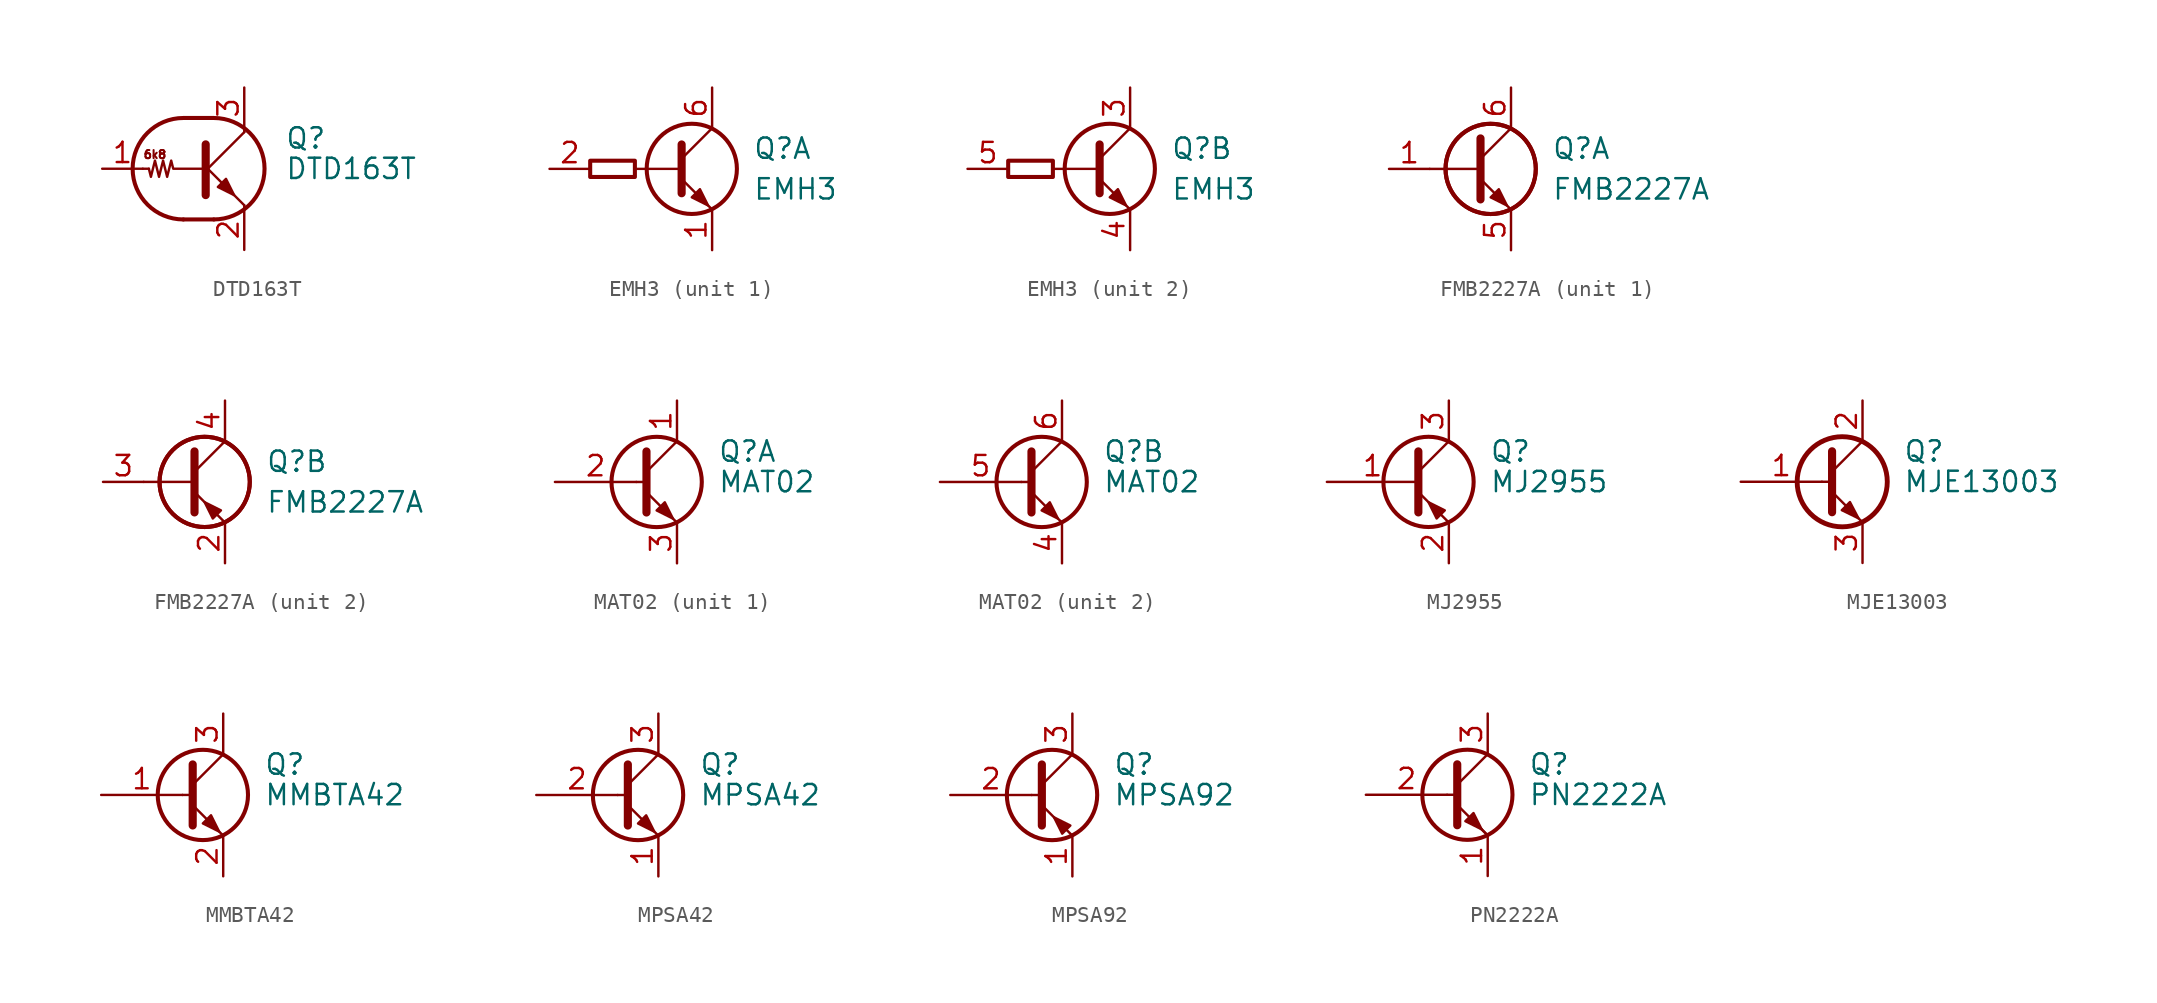
<source format=kicad_sym>
(kicad_symbol_lib
  (version 20211014)
  (generator kicad_symbol_editor)
  (symbol "DTD163T"
    (pin_names
      (offset 0) hide)
    (property "Reference" "Q"
      (at 5.08 1.905 0)
      (effects (font (size 1.27 1.27)) (justify left)))
    (property "Value" "DTD163T"
      (at 5.08 0 0)
      (effects (font (size 1.27 1.27)) (justify left)))
    (symbol "DTD163T_0_0"
      (polyline (pts (xy 2.54 -2.286) (xy 2.54 -2.54)) (stroke (width 0) (type default) (color 0 0 0 0)) (fill (type none)))
      (text "6k8" (at -3.048 0.889 0) (effects (font (size 0.508 0.508)))))
    (symbol "DTD163T_0_1"
      (arc (start -1.27 3.175) (mid -4.445 0) (end -1.27 -3.175) (stroke (width 0.254) (type default) (color 0 0 0 0)) (fill (type none)))
      (polyline (pts (xy -3.429 0) (xy -3.81 0)) (stroke (width 0) (type default) (color 0 0 0 0)) (fill (type none)))
      (polyline (pts (xy -1.27 -3.175) (xy 0.635 -3.175)) (stroke (width 0.254) (type default) (color 0 0 0 0)) (fill (type none)))
      (polyline (pts (xy -1.27 3.175) (xy 0.635 3.175)) (stroke (width 0.254) (type default) (color 0 0 0 0)) (fill (type none)))
      (polyline (pts (xy 0 -0.254) (xy 2.54 2.286)) (stroke (width 0) (type default) (color 0 0 0 0)) (fill (type none)))
      (polyline (pts (xy 0.127 1.524) (xy 0.127 -1.651)) (stroke (width 0.508) (type default) (color 0 0 0 0)) (fill (type outline)))
      (polyline (pts (xy 2.54 2.286) (xy 2.54 2.54)) (stroke (width 0) (type default) (color 0 0 0 0)) (fill (type none)))
      (polyline (pts (xy 2.54 -2.286) (xy 0 0.254) (xy 0 0.254)) (stroke (width 0) (type default) (color 0 0 0 0)) (fill (type none)))
      (polyline (pts (xy 0.889 -1.143) (xy 1.397 -0.635) (xy 1.905 -1.651) (xy 0.889 -1.143)) (stroke (width 0) (type default) (color 0 0 0 0)) (fill (type outline)))
      (polyline (pts (xy 0 0) (xy -1.905 0) (xy -2.032 0.508) (xy -2.286 -0.508) (xy -2.54 0.508) (xy -2.794 -0.508) (xy -3.048 0.508) (xy -3.302 -0.508) (xy -3.429 0)) (stroke (width 0) (type default) (color 0 0 0 0)) (fill (type none)))
      (arc (start 0.635 -3.175) (mid 3.81 0) (end 0.635 3.175) (stroke (width 0.254) (type default) (color 0 0 0 0)) (fill (type none))))
    (symbol "DTD163T_1_1"
      (pin input line (at -6.35 0 0) (length 2.54) (name "B" (effects (font (size 1.27 1.27)))) (number "1" (effects (font (size 1.27 1.27)))))
      (pin passive line (at 2.54 -5.08 90) (length 2.54) (name "E" (effects (font (size 1.27 1.27)))) (number "2" (effects (font (size 1.27 1.27)))))
      (pin passive line (at 2.54 5.08 270) (length 2.54) (name "C" (effects (font (size 1.27 1.27)))) (number "3" (effects (font (size 1.27 1.27)))))))
  (symbol "EMH3"
    (pin_names hide)
    (property "Reference" "Q"
      (at 7.62 1.27 0)
      (effects (font (size 1.27 1.27)) (justify left)))
    (property "Value" "EMH3"
      (at 7.62 -1.27 0)
      (effects (font (size 1.27 1.27)) (justify left)))
    (symbol "EMH3_0_1"
      (polyline (pts (xy 3.175 0) (xy 0.254 0)) (stroke (width 0) (type default) (color 0 0 0 0)) (fill (type none)))
      (polyline (pts (xy 3.175 0.635) (xy 5.08 2.54)) (stroke (width 0) (type default) (color 0 0 0 0)) (fill (type none)))
      (polyline (pts (xy 3.175 1.524) (xy 3.175 -1.524)) (stroke (width 0.508) (type default) (color 0 0 0 0)) (fill (type none)))
      (polyline (pts (xy 3.175 -0.635) (xy 5.08 -2.54) (xy 5.08 -2.54)) (stroke (width 0) (type default) (color 0 0 0 0)) (fill (type none)))
      (polyline (pts (xy 3.81 -1.778) (xy 4.318 -1.27) (xy 4.826 -2.286) (xy 3.81 -1.778) (xy 3.81 -1.778)) (stroke (width 0) (type default) (color 0 0 0 0)) (fill (type outline)))
      (rectangle (start 0.254 0.508) (end -2.54 -0.508) (stroke (width 0.254) (type default) (color 0 0 0 0)) (fill (type none)))
      (circle (center 3.81 0) (radius 2.819) (stroke (width 0.254) (type default) (color 0 0 0 0)) (fill (type none))))
    (symbol "EMH3_1_1"
      (pin passive line (at 5.08 -5.08 90) (length 2.54) (name "E1" (effects (font (size 1.27 1.27)))) (number "1" (effects (font (size 1.27 1.27)))))
      (pin input line (at -5.08 0 0) (length 2.54) (name "B1" (effects (font (size 1.27 1.27)))) (number "2" (effects (font (size 1.27 1.27)))))
      (pin passive line (at 5.08 5.08 270) (length 2.54) (name "C1" (effects (font (size 1.27 1.27)))) (number "6" (effects (font (size 1.27 1.27))))))
    (symbol "EMH3_2_1"
      (pin passive line (at 5.08 5.08 270) (length 2.54) (name "C2" (effects (font (size 1.27 1.27)))) (number "3" (effects (font (size 1.27 1.27)))))
      (pin passive line (at 5.08 -5.08 90) (length 2.54) (name "E2" (effects (font (size 1.27 1.27)))) (number "4" (effects (font (size 1.27 1.27)))))
      (pin input line (at -5.08 0 0) (length 2.54) (name "B2" (effects (font (size 1.27 1.27)))) (number "5" (effects (font (size 1.27 1.27)))))))
  (symbol "FMB2227A"
    (pin_names
      (offset 0) hide)
    (property "Reference" "Q"
      (at 5.08 1.27 0)
      (effects (font (size 1.27 1.27)) (justify left)))
    (property "Value" "FMB2227A"
      (at 5.08 -1.27 0)
      (effects (font (size 1.27 1.27)) (justify left)))
    (property "ki_locked" ""
      (at 0 0 0)
      (effects (font (size 1.27 1.27))))
    (symbol "FMB2227A_0_1"
      (polyline (pts (xy 0.635 0) (xy -2.54 0)) (stroke (width 0) (type default) (color 0 0 0 0)) (fill (type none)))
      (circle (center 1.27 0) (radius 2.819) (stroke (width 0.254) (type default) (color 0 0 0 0)) (fill (type none)))
      (circle (center 1.27 0) (radius 2.819) (stroke (width 0.254) (type default) (color 0 0 0 0)) (fill (type none))))
    (symbol "FMB2227A_1_1"
      (polyline (pts (xy 0.635 0.635) (xy 2.54 2.54)) (stroke (width 0) (type default) (color 0 0 0 0)) (fill (type none)))
      (polyline (pts (xy 0.635 -0.635) (xy 2.54 -2.54) (xy 2.54 -2.54)) (stroke (width 0) (type default) (color 0 0 0 0)) (fill (type none)))
      (polyline (pts (xy 0.635 1.905) (xy 0.635 -1.905) (xy 0.635 -1.905)) (stroke (width 0.508) (type default) (color 0 0 0 0)) (fill (type none)))
      (polyline (pts (xy 1.27 -1.778) (xy 1.778 -1.27) (xy 2.286 -2.286) (xy 1.27 -1.778) (xy 1.27 -1.778)) (stroke (width 0) (type default) (color 0 0 0 0)) (fill (type outline)))
      (pin input line (at -5.08 0 0) (length 2.54) (name "B1" (effects (font (size 1.27 1.27)))) (number "1" (effects (font (size 1.27 1.27)))))
      (pin passive line (at 2.54 -5.08 90) (length 2.54) (name "E1" (effects (font (size 1.27 1.27)))) (number "5" (effects (font (size 1.27 1.27)))))
      (pin passive line (at 2.54 5.08 270) (length 2.54) (name "C1" (effects (font (size 1.27 1.27)))) (number "6" (effects (font (size 1.27 1.27))))))
    (symbol "FMB2227A_2_1"
      (polyline (pts (xy 0.635 0.635) (xy 2.54 2.54)) (stroke (width 0) (type default) (color 0 0 0 0)) (fill (type none)))
      (polyline (pts (xy 0.635 -0.635) (xy 2.54 -2.54) (xy 2.54 -2.54)) (stroke (width 0) (type default) (color 0 0 0 0)) (fill (type none)))
      (polyline (pts (xy 0.635 1.905) (xy 0.635 -1.905) (xy 0.635 -1.905)) (stroke (width 0.508) (type default) (color 0 0 0 0)) (fill (type none)))
      (polyline (pts (xy 2.286 -1.778) (xy 1.778 -2.286) (xy 1.27 -1.27) (xy 2.286 -1.778) (xy 2.286 -1.778)) (stroke (width 0) (type default) (color 0 0 0 0)) (fill (type outline)))
      (pin passive line (at 2.54 -5.08 90) (length 2.54) (name "E2" (effects (font (size 1.27 1.27)))) (number "2" (effects (font (size 1.27 1.27)))))
      (pin input line (at -5.08 0 0) (length 2.54) (name "B2" (effects (font (size 1.27 1.27)))) (number "3" (effects (font (size 1.27 1.27)))))
      (pin passive line (at 2.54 5.08 270) (length 2.54) (name "C2" (effects (font (size 1.27 1.27)))) (number "4" (effects (font (size 1.27 1.27)))))))
  (symbol "MAT02"
    (pin_names
      (offset 0) hide)
    (property "Reference" "Q"
      (at 5.08 1.905 0)
      (effects (font (size 1.27 1.27)) (justify left)))
    (property "Value" "MAT02"
      (at 5.08 0 0)
      (effects (font (size 1.27 1.27)) (justify left)))
    (symbol "MAT02_0_1"
      (polyline (pts (xy 0 0) (xy 0.635 0)) (stroke (width 0) (type default) (color 0 0 0 0)) (fill (type none)))
      (polyline (pts (xy 0.635 0.635) (xy 2.54 2.54)) (stroke (width 0) (type default) (color 0 0 0 0)) (fill (type none)))
      (polyline (pts (xy 0.635 -0.635) (xy 2.54 -2.54) (xy 2.54 -2.54)) (stroke (width 0) (type default) (color 0 0 0 0)) (fill (type none)))
      (polyline (pts (xy 0.635 1.905) (xy 0.635 -1.905) (xy 0.635 -1.905)) (stroke (width 0.508) (type default) (color 0 0 0 0)) (fill (type none)))
      (polyline (pts (xy 1.27 -1.778) (xy 1.778 -1.27) (xy 2.286 -2.286) (xy 1.27 -1.778) (xy 1.27 -1.778)) (stroke (width 0) (type default) (color 0 0 0 0)) (fill (type outline)))
      (circle (center 1.27 0) (radius 2.819) (stroke (width 0.254) (type default) (color 0 0 0 0)) (fill (type none))))
    (symbol "MAT02_1_1"
      (pin passive line (at 2.54 5.08 270) (length 2.54) (name "C" (effects (font (size 1.27 1.27)))) (number "1" (effects (font (size 1.27 1.27)))))
      (pin input line (at -5.08 0 0) (length 5.08) (name "B" (effects (font (size 1.27 1.27)))) (number "2" (effects (font (size 1.27 1.27)))))
      (pin passive line (at 2.54 -5.08 90) (length 2.54) (name "E" (effects (font (size 1.27 1.27)))) (number "3" (effects (font (size 1.27 1.27))))))
    (symbol "MAT02_2_1"
      (pin passive line (at 2.54 -5.08 90) (length 2.54) (name "E" (effects (font (size 1.27 1.27)))) (number "4" (effects (font (size 1.27 1.27)))))
      (pin input line (at -5.08 0 0) (length 5.08) (name "B" (effects (font (size 1.27 1.27)))) (number "5" (effects (font (size 1.27 1.27)))))
      (pin passive line (at 2.54 5.08 270) (length 2.54) (name "C" (effects (font (size 1.27 1.27)))) (number "6" (effects (font (size 1.27 1.27)))))))
  (symbol "MJ2955"
    (pin_names
      (offset 0) hide)
    (property "Reference" "Q"
      (at 5.08 1.905 0)
      (effects (font (size 1.27 1.27)) (justify left)))
    (property "Value" "MJ2955"
      (at 5.08 0 0)
      (effects (font (size 1.27 1.27)) (justify left)))
    (symbol "MJ2955_0_1"
      (polyline (pts (xy 0.635 0.635) (xy 2.54 2.54)) (stroke (width 0) (type default) (color 0 0 0 0)) (fill (type none)))
      (polyline (pts (xy 0.635 -0.635) (xy 2.54 -2.54) (xy 2.54 -2.54)) (stroke (width 0) (type default) (color 0 0 0 0)) (fill (type none)))
      (polyline (pts (xy 0.635 1.905) (xy 0.635 -1.905) (xy 0.635 -1.905)) (stroke (width 0.508) (type default) (color 0 0 0 0)) (fill (type none)))
      (polyline (pts (xy 2.286 -1.778) (xy 1.778 -2.286) (xy 1.27 -1.27) (xy 2.286 -1.778) (xy 2.286 -1.778)) (stroke (width 0) (type default) (color 0 0 0 0)) (fill (type outline)))
      (circle (center 1.27 0) (radius 2.819) (stroke (width 0.254) (type default) (color 0 0 0 0)) (fill (type none))))
    (symbol "MJ2955_1_1"
      (pin input line (at -5.08 0 0) (length 5.715) (name "B" (effects (font (size 1.27 1.27)))) (number "1" (effects (font (size 1.27 1.27)))))
      (pin passive line (at 2.54 -5.08 90) (length 2.54) (name "E" (effects (font (size 1.27 1.27)))) (number "2" (effects (font (size 1.27 1.27)))))
      (pin passive line (at 2.54 5.08 270) (length 2.54) (name "C" (effects (font (size 1.27 1.27)))) (number "3" (effects (font (size 1.27 1.27)))))))
  (symbol "MJE13003"
    (pin_names
      (offset 0) hide)
    (property "Reference" "Q"
      (at 5.08 1.905 0)
      (effects (font (size 1.27 1.27)) (justify left)))
    (property "Value" "MJE13003"
      (at 5.08 0 0)
      (effects (font (size 1.27 1.27)) (justify left)))
    (symbol "MJE13003_0_1"
      (polyline (pts (xy 0 0) (xy 0.635 0)) (stroke (width 0) (type default) (color 0 0 0 0)) (fill (type none)))
      (polyline (pts (xy 2.54 -2.54) (xy 0.635 -0.635)) (stroke (width 0) (type default) (color 0 0 0 0)) (fill (type none)))
      (polyline (pts (xy 2.54 2.54) (xy 0.635 0.635)) (stroke (width 0) (type default) (color 0 0 0 0)) (fill (type none)))
      (polyline (pts (xy 0.635 1.905) (xy 0.635 -1.905) (xy 0.635 -1.905)) (stroke (width 0.508) (type default) (color 0 0 0 0)) (fill (type outline)))
      (polyline (pts (xy 1.245 -1.778) (xy 1.753 -1.27) (xy 2.286 -2.286) (xy 1.245 -1.778) (xy 1.245 -1.778)) (stroke (width 0) (type default) (color 0 0 0 0)) (fill (type outline)))
      (circle (center 1.27 0) (radius 2.819) (stroke (width 0.305) (type default) (color 0 0 0 0)) (fill (type none))))
    (symbol "MJE13003_1_1"
      (pin input line (at -5.08 0 0) (length 5.08) (name "B" (effects (font (size 1.27 1.27)))) (number "1" (effects (font (size 1.27 1.27)))))
      (pin passive line (at 2.54 5.08 270) (length 2.54) (name "C" (effects (font (size 1.27 1.27)))) (number "2" (effects (font (size 1.27 1.27)))))
      (pin passive line (at 2.54 -5.08 90) (length 2.54) (name "E" (effects (font (size 1.27 1.27)))) (number "3" (effects (font (size 1.27 1.27)))))))
  (symbol "MMBTA42"
    (pin_names
      (offset 0) hide)
    (property "Reference" "Q"
      (at 5.08 1.905 0)
      (effects (font (size 1.27 1.27)) (justify left)))
    (property "Value" "MMBTA42"
      (at 5.08 0 0)
      (effects (font (size 1.27 1.27)) (justify left)))
    (symbol "MMBTA42_0_1"
      (polyline (pts (xy 0 0) (xy 0.635 0)) (stroke (width 0) (type default) (color 0 0 0 0)) (fill (type none)))
      (polyline (pts (xy 0.635 0.635) (xy 2.54 2.54)) (stroke (width 0) (type default) (color 0 0 0 0)) (fill (type none)))
      (polyline (pts (xy 0.635 -0.635) (xy 2.54 -2.54) (xy 2.54 -2.54)) (stroke (width 0) (type default) (color 0 0 0 0)) (fill (type none)))
      (polyline (pts (xy 0.635 1.905) (xy 0.635 -1.905) (xy 0.635 -1.905)) (stroke (width 0.508) (type default) (color 0 0 0 0)) (fill (type none)))
      (polyline (pts (xy 1.27 -1.778) (xy 1.778 -1.27) (xy 2.286 -2.286) (xy 1.27 -1.778) (xy 1.27 -1.778)) (stroke (width 0) (type default) (color 0 0 0 0)) (fill (type outline)))
      (circle (center 1.27 0) (radius 2.819) (stroke (width 0.254) (type default) (color 0 0 0 0)) (fill (type none))))
    (symbol "MMBTA42_1_1"
      (pin input line (at -5.08 0 0) (length 5.08) (name "B" (effects (font (size 1.27 1.27)))) (number "1" (effects (font (size 1.27 1.27)))))
      (pin passive line (at 2.54 -5.08 90) (length 2.54) (name "E" (effects (font (size 1.27 1.27)))) (number "2" (effects (font (size 1.27 1.27)))))
      (pin passive line (at 2.54 5.08 270) (length 2.54) (name "C" (effects (font (size 1.27 1.27)))) (number "3" (effects (font (size 1.27 1.27)))))))
  (symbol "MPSA42"
    (pin_names
      (offset 1.016) hide)
    (property "Reference" "Q"
      (at 5.08 1.905 0)
      (effects (font (size 1.27 1.27)) (justify left)))
    (property "Value" "MPSA42"
      (at 5.08 0 0)
      (effects (font (size 1.27 1.27)) (justify left)))
    (symbol "MPSA42_0_1"
      (polyline (pts (xy 0 0) (xy 0.635 0)) (stroke (width 0) (type default) (color 0 0 0 0)) (fill (type none)))
      (polyline (pts (xy 0.635 0.635) (xy 2.54 2.54)) (stroke (width 0) (type default) (color 0 0 0 0)) (fill (type none)))
      (polyline (pts (xy 0.635 -0.635) (xy 2.54 -2.54) (xy 2.54 -2.54)) (stroke (width 0) (type default) (color 0 0 0 0)) (fill (type none)))
      (polyline (pts (xy 0.635 1.905) (xy 0.635 -1.905) (xy 0.635 -1.905)) (stroke (width 0.508) (type default) (color 0 0 0 0)) (fill (type none)))
      (polyline (pts (xy 1.27 -1.778) (xy 1.778 -1.27) (xy 2.286 -2.286) (xy 1.27 -1.778) (xy 1.27 -1.778)) (stroke (width 0) (type default) (color 0 0 0 0)) (fill (type outline)))
      (circle (center 1.27 0) (radius 2.819) (stroke (width 0.254) (type default) (color 0 0 0 0)) (fill (type none))))
    (symbol "MPSA42_1_1"
      (pin passive line (at 2.54 -5.08 90) (length 2.54) (name "E" (effects (font (size 1.27 1.27)))) (number "1" (effects (font (size 1.27 1.27)))))
      (pin input line (at -5.08 0 0) (length 5.08) (name "B" (effects (font (size 1.27 1.27)))) (number "2" (effects (font (size 1.27 1.27)))))
      (pin passive line (at 2.54 5.08 270) (length 2.54) (name "C" (effects (font (size 1.27 1.27)))) (number "3" (effects (font (size 1.27 1.27)))))))
  (symbol "MPSA92"
    (pin_names
      (offset 1.016) hide)
    (property "Reference" "Q"
      (at 5.08 1.905 0)
      (effects (font (size 1.27 1.27)) (justify left)))
    (property "Value" "MPSA92"
      (at 5.08 0 0)
      (effects (font (size 1.27 1.27)) (justify left)))
    (symbol "MPSA92_0_1"
      (polyline (pts (xy 0 0) (xy 0.635 0)) (stroke (width 0) (type default) (color 0 0 0 0)) (fill (type none)))
      (polyline (pts (xy 2.54 -2.54) (xy 0.635 -0.635)) (stroke (width 0) (type default) (color 0 0 0 0)) (fill (type none)))
      (polyline (pts (xy 2.54 2.54) (xy 0.635 0.635)) (stroke (width 0) (type default) (color 0 0 0 0)) (fill (type none)))
      (polyline (pts (xy 0.635 1.905) (xy 0.635 -1.905) (xy 0.635 -1.905)) (stroke (width 0.508) (type default) (color 0 0 0 0)) (fill (type outline)))
      (polyline (pts (xy 1.905 -2.413) (xy 2.413 -1.905) (xy 1.397 -1.397) (xy 1.905 -2.413) (xy 1.905 -2.413)) (stroke (width 0) (type default) (color 0 0 0 0)) (fill (type outline)))
      (circle (center 1.27 0) (radius 2.819) (stroke (width 0.254) (type default) (color 0 0 0 0)) (fill (type none))))
    (symbol "MPSA92_1_1"
      (pin passive line (at 2.54 -5.08 90) (length 2.54) (name "E" (effects (font (size 1.27 1.27)))) (number "1" (effects (font (size 1.27 1.27)))))
      (pin input line (at -5.08 0 0) (length 5.08) (name "B" (effects (font (size 1.27 1.27)))) (number "2" (effects (font (size 1.27 1.27)))))
      (pin passive line (at 2.54 5.08 270) (length 2.54) (name "C" (effects (font (size 1.27 1.27)))) (number "3" (effects (font (size 1.27 1.27)))))))
  (symbol "PN2222A"
    (pin_names
      (offset 0) hide)
    (property "Reference" "Q"
      (at 5.08 1.905 0)
      (effects (font (size 1.27 1.27)) (justify left)))
    (property "Value" "PN2222A"
      (at 5.08 0 0)
      (effects (font (size 1.27 1.27)) (justify left)))
    (symbol "PN2222A_0_1"
      (polyline (pts (xy 0 0) (xy 0.635 0)) (stroke (width 0) (type default) (color 0 0 0 0)) (fill (type none)))
      (polyline (pts (xy 2.54 -2.54) (xy 0.635 -0.635)) (stroke (width 0) (type default) (color 0 0 0 0)) (fill (type none)))
      (polyline (pts (xy 2.54 2.54) (xy 0.635 0.635)) (stroke (width 0) (type default) (color 0 0 0 0)) (fill (type none)))
      (polyline (pts (xy 0.635 1.905) (xy 0.635 -1.905) (xy 0.635 -1.905)) (stroke (width 0.508) (type default) (color 0 0 0 0)) (fill (type none)))
      (polyline (pts (xy 2.413 -2.413) (xy 1.905 -1.905) (xy 1.905 -1.905)) (stroke (width 0) (type default) (color 0 0 0 0)) (fill (type none)))
      (polyline (pts (xy 1.143 -1.651) (xy 1.651 -1.143) (xy 2.159 -2.159) (xy 1.143 -1.651) (xy 1.143 -1.651)) (stroke (width 0) (type default) (color 0 0 0 0)) (fill (type outline)))
      (circle (center 1.27 0) (radius 2.819) (stroke (width 0.254) (type default) (color 0 0 0 0)) (fill (type none))))
    (symbol "PN2222A_1_1"
      (pin passive line (at 2.54 -5.08 90) (length 2.54) (name "E" (effects (font (size 1.27 1.27)))) (number "1" (effects (font (size 1.27 1.27)))))
      (pin input line (at -5.08 0 0) (length 5.08) (name "B" (effects (font (size 1.27 1.27)))) (number "2" (effects (font (size 1.27 1.27)))))
      (pin passive line (at 2.54 5.08 270) (length 2.54) (name "C" (effects (font (size 1.27 1.27)))) (number "3" (effects (font (size 1.27 1.27))))))))
</source>
